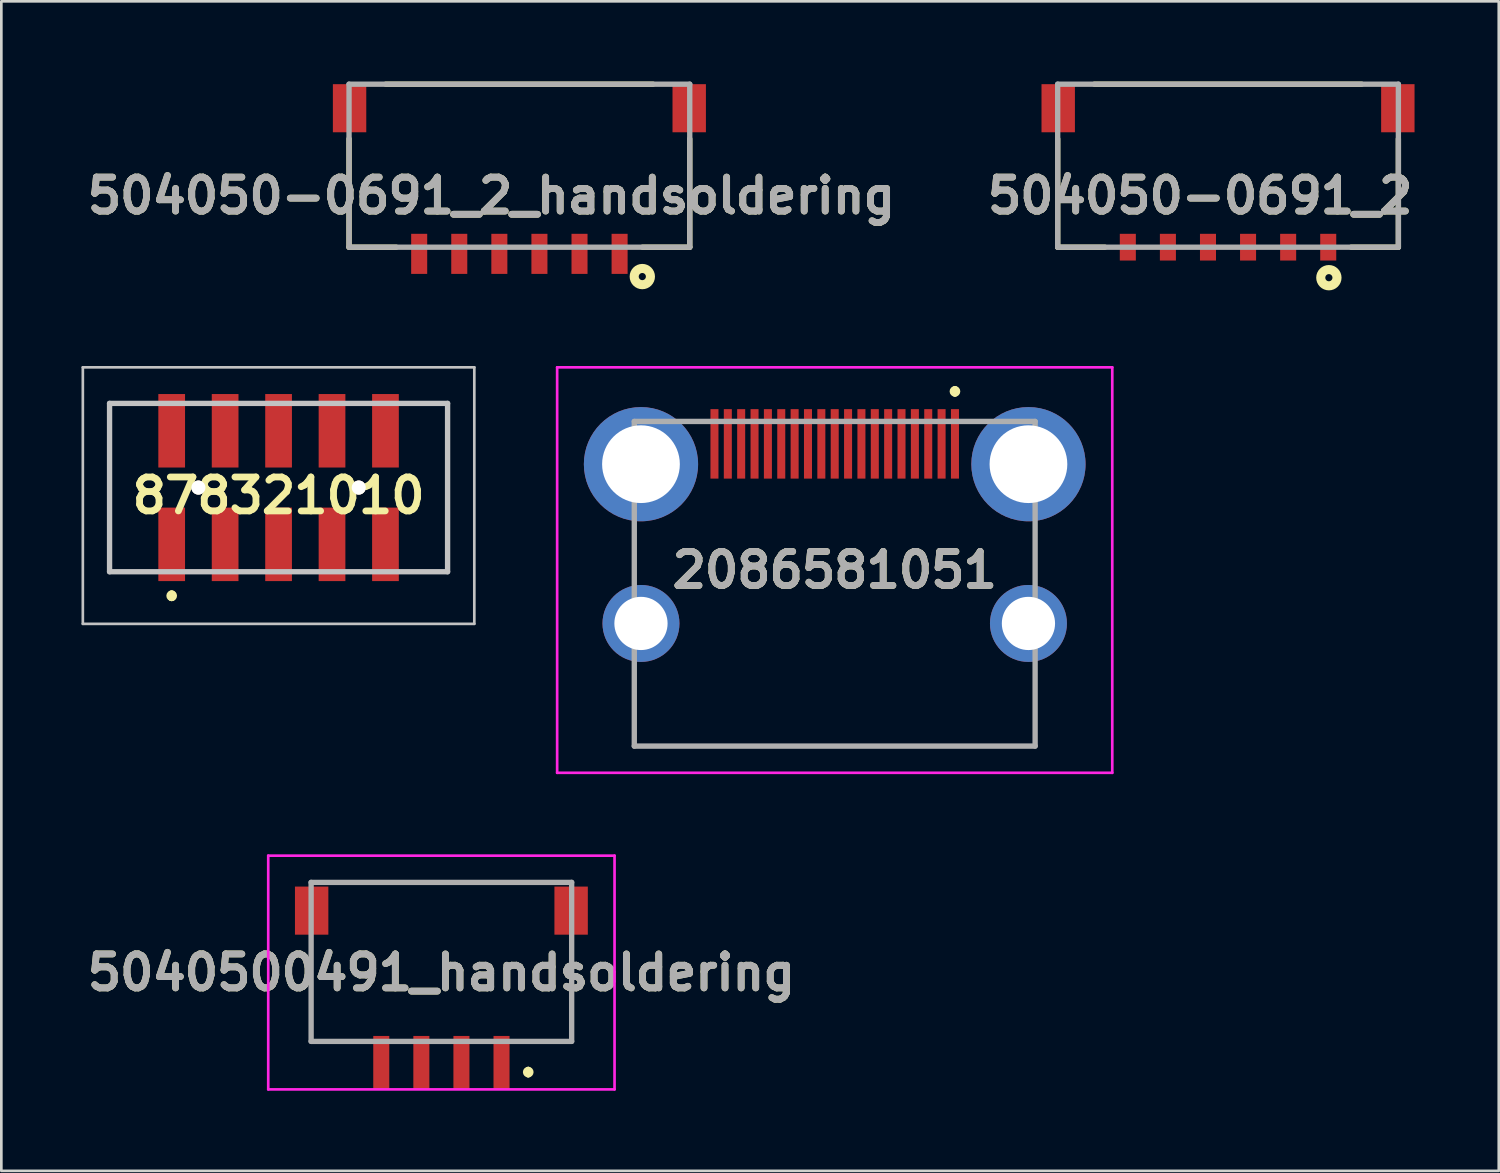
<source format=kicad_pcb>
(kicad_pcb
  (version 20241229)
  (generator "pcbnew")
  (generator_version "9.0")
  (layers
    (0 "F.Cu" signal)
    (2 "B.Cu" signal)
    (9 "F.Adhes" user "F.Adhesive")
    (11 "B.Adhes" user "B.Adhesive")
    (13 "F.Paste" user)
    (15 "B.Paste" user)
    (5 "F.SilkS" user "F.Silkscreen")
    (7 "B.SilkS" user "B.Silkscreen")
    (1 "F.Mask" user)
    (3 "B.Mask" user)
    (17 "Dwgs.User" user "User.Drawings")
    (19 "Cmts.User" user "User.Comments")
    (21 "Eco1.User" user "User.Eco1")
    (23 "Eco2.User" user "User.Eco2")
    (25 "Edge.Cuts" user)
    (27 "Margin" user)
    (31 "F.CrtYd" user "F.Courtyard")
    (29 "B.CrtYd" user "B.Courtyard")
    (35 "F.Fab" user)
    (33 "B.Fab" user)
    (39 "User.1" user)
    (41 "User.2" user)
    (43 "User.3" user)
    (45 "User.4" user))
  (footprint "2086581051"
    (layer "F.Cu")
    (at 28.187 18.796)
    (property "Reference" "2086581051" (at 0 -0.512 0) (layer "F.SilkS") (effects (font (size 1.27 1.27) (thickness 0.254))))
    (attr through_hole)
    (fp_line (start -7.5 3.5) (end -7.5 6.075) (stroke (width 0.1) (type solid)) (layer "F.SilkS"))
    (fp_line (start -7.5 6.075) (end 7.5 6.075) (stroke (width 0.1) (type solid)) (layer "F.SilkS"))
    (fp_line (start 4.5 -7.3) (end 4.5 -7.3) (stroke (width 0.2) (type solid)) (layer "F.SilkS"))
    (fp_line (start 4.5 -7.1) (end 4.5 -7.1) (stroke (width 0.2) (type solid)) (layer "F.SilkS"))
    (fp_line (start 7.5 6.075) (end 7.5 3.5) (stroke (width 0.1) (type solid)) (layer "F.SilkS"))
    (fp_arc (start 4.5 -7.3) (mid 4.6 -7.2) (end 4.5 -7.1) (stroke (width 0.2) (type solid)) (layer "F.SilkS"))
    (fp_arc (start 4.5 -7.1) (mid 4.4 -7.2) (end 4.5 -7.3) (stroke (width 0.2) (type solid)) (layer "F.SilkS"))
    (fp_line (start -10.387 -8.1) (end 10.387 -8.1) (stroke (width 0.1) (type solid)) (layer "F.CrtYd"))
    (fp_line (start -10.387 7.075) (end -10.387 -8.1) (stroke (width 0.1) (type solid)) (layer "F.CrtYd"))
    (fp_line (start 10.387 -8.1) (end 10.387 7.075) (stroke (width 0.1) (type solid)) (layer "F.CrtYd"))
    (fp_line (start 10.387 7.075) (end -10.387 7.075) (stroke (width 0.1) (type solid)) (layer "F.CrtYd"))
    (fp_line (start -7.5 -6.075) (end 7.5 -6.075) (stroke (width 0.2) (type solid)) (layer "F.Fab"))
    (fp_line (start -7.5 6.075) (end -7.5 -6.075) (stroke (width 0.2) (type solid)) (layer "F.Fab"))
    (fp_line (start 7.5 -6.075) (end 7.5 6.075) (stroke (width 0.2) (type solid)) (layer "F.Fab"))
    (fp_line (start 7.5 6.075) (end -7.5 6.075) (stroke (width 0.2) (type solid)) (layer "F.Fab"))
    (fp_text user "${REFERENCE}" (at 0 -0.512 0) (layer "F.Fab") (effects (font (size 1.27 1.27) (thickness 0.254))))
    (pad "1" smd rect (at 4.5 -5.235) (size 0.3 2.6) (layers "F.Cu" "F.Mask" "F.Paste"))
    (pad "2" smd rect (at 4 -5.235) (size 0.3 2.6) (layers "F.Cu" "F.Mask" "F.Paste"))
    (pad "3" smd rect (at 3.5 -5.235) (size 0.3 2.6) (layers "F.Cu" "F.Mask" "F.Paste"))
    (pad "4" smd rect (at 3 -5.235) (size 0.3 2.6) (layers "F.Cu" "F.Mask" "F.Paste"))
    (pad "5" smd rect (at 2.5 -5.235) (size 0.3 2.6) (layers "F.Cu" "F.Mask" "F.Paste"))
    (pad "6" smd rect (at 2 -5.235) (size 0.3 2.6) (layers "F.Cu" "F.Mask" "F.Paste"))
    (pad "7" smd rect (at 1.5 -5.235) (size 0.3 2.6) (layers "F.Cu" "F.Mask" "F.Paste"))
    (pad "8" smd rect (at 1 -5.235) (size 0.3 2.6) (layers "F.Cu" "F.Mask" "F.Paste"))
    (pad "9" smd rect (at 0.5 -5.235) (size 0.3 2.6) (layers "F.Cu" "F.Mask" "F.Paste"))
    (pad "10" smd rect (at 0 -5.235) (size 0.3 2.6) (layers "F.Cu" "F.Mask" "F.Paste"))
    (pad "11" smd rect (at -0.5 -5.235) (size 0.3 2.6) (layers "F.Cu" "F.Mask" "F.Paste"))
    (pad "12" smd rect (at -1 -5.235) (size 0.3 2.6) (layers "F.Cu" "F.Mask" "F.Paste"))
    (pad "13" smd rect (at -1.5 -5.235) (size 0.3 2.6) (layers "F.Cu" "F.Mask" "F.Paste"))
    (pad "14" smd rect (at -2 -5.235) (size 0.3 2.6) (layers "F.Cu" "F.Mask" "F.Paste"))
    (pad "15" smd rect (at -2.5 -5.235) (size 0.3 2.6) (layers "F.Cu" "F.Mask" "F.Paste"))
    (pad "16" smd rect (at -3 -5.235) (size 0.3 2.6) (layers "F.Cu" "F.Mask" "F.Paste"))
    (pad "17" smd rect (at -3.5 -5.235) (size 0.3 2.6) (layers "F.Cu" "F.Mask" "F.Paste"))
    (pad "18" smd rect (at -4 -5.235) (size 0.3 2.6) (layers "F.Cu" "F.Mask" "F.Paste"))
    (pad "19" smd rect (at -4.5 -5.235) (size 0.3 2.6) (layers "F.Cu" "F.Mask" "F.Paste"))
    (pad "MH1" thru_hole circle (at -7.25 -4.475) (size 4.275 4.275) (drill 2.909) (layers "*.Cu" "*.Mask"))
    (pad "MH2" thru_hole circle (at 7.25 -4.475) (size 4.275 4.275) (drill 2.909) (layers "*.Cu" "*.Mask"))
    (pad "MH3" thru_hole circle (at -7.25 1.485) (size 2.88 2.88) (drill 1.992) (layers "*.Cu" "*.Mask"))
    (pad "MH4" thru_hole circle (at 7.25 1.485) (size 2.88 2.88) (drill 1.992) (layers "*.Cu" "*.Mask")))
  (footprint "878321010"
    (layer "F.Cu")
    (at 7.375 15.196)
    (property "Reference" "878321010" (at 0 0.3 0) (layer "F.SilkS") (effects (font (size 1.27 1.27) (thickness 0.254))))
    (attr through_hole)
    (fp_line (start -6.325 -3.15) (end -6.325 3.15) (stroke (width 0.1) (type solid)) (layer "F.SilkS"))
    (fp_line (start -6.325 3.15) (end -5 3.15) (stroke (width 0.1) (type solid)) (layer "F.SilkS"))
    (fp_line (start -5 -3.15) (end -6.325 -3.15) (stroke (width 0.1) (type solid)) (layer "F.SilkS"))
    (fp_line (start -4 4) (end -4 4) (stroke (width 0.3) (type solid)) (layer "F.SilkS"))
    (fp_line (start -4 4.1) (end -4 4.1) (stroke (width 0.3) (type solid)) (layer "F.SilkS"))
    (fp_line (start 5 -3.15) (end 6.325 -3.15) (stroke (width 0.1) (type solid)) (layer "F.SilkS"))
    (fp_line (start 6.325 -3.15) (end 6.325 3.15) (stroke (width 0.1) (type solid)) (layer "F.SilkS"))
    (fp_line (start 6.325 3.15) (end 5 3.15) (stroke (width 0.1) (type solid)) (layer "F.SilkS"))
    (fp_arc (start -4 4) (mid -3.95 4.05) (end -4 4.1) (stroke (width 0.3) (type solid)) (layer "F.SilkS"))
    (fp_arc (start -4 4.1) (mid -4.05 4.05) (end -4 4) (stroke (width 0.3) (type solid)) (layer "F.SilkS"))
    (fp_line (start -7.325 -4.5) (end 7.325 -4.5) (stroke (width 0.1) (type solid)) (layer "Dwgs.User"))
    (fp_line (start -7.325 5.1) (end -7.325 -4.5) (stroke (width 0.1) (type solid)) (layer "Dwgs.User"))
    (fp_line (start -6.325 -3.15) (end 6.325 -3.15) (stroke (width 0.2) (type solid)) (layer "Dwgs.User"))
    (fp_line (start -6.325 3.15) (end -6.325 -3.15) (stroke (width 0.2) (type solid)) (layer "Dwgs.User"))
    (fp_line (start 6.325 -3.15) (end 6.325 3.15) (stroke (width 0.2) (type solid)) (layer "Dwgs.User"))
    (fp_line (start 6.325 3.15) (end -6.325 3.15) (stroke (width 0.2) (type solid)) (layer "Dwgs.User"))
    (fp_line (start 7.325 -4.5) (end 7.325 5.1) (stroke (width 0.1) (type solid)) (layer "Dwgs.User"))
    (fp_line (start 7.325 5.1) (end -7.325 5.1) (stroke (width 0.1) (type solid)) (layer "Dwgs.User"))
    (pad "1" smd rect (at -4 2.125) (size 1 2.75) (layers "F.Cu" "F.Mask" "F.Paste"))
    (pad "2" smd rect (at -4 -2.125) (size 1 2.75) (layers "F.Cu" "F.Mask" "F.Paste"))
    (pad "3" smd rect (at -2 2.125) (size 1 2.75) (layers "F.Cu" "F.Mask" "F.Paste"))
    (pad "4" smd rect (at -2 -2.125) (size 1 2.75) (layers "F.Cu" "F.Mask" "F.Paste"))
    (pad "5" smd rect (at 0 2.125) (size 1 2.75) (layers "F.Cu" "F.Mask" "F.Paste"))
    (pad "6" smd rect (at 0 -2.125) (size 1 2.75) (layers "F.Cu" "F.Mask" "F.Paste"))
    (pad "7" smd rect (at 2 2.125) (size 1 2.75) (layers "F.Cu" "F.Mask" "F.Paste"))
    (pad "8" smd rect (at 2 -2.125) (size 1 2.75) (layers "F.Cu" "F.Mask" "F.Paste"))
    (pad "9" smd rect (at 4 2.125) (size 1 2.75) (layers "F.Cu" "F.Mask" "F.Paste"))
    (pad "10" smd rect (at 4 -2.125) (size 1 2.75) (layers "F.Cu" "F.Mask" "F.Paste"))
    (pad "MH1" thru_hole circle (at -3 0 90) (size 0.525 0.525) (drill 1.05) (layers "*.Cu" "*.Mask" "F.SilkS"))
    (pad "MH2" thru_hole circle (at 3 0 90) (size 0.525 0.525) (drill 1.05) (layers "*.Cu" "*.Mask" "F.SilkS")))
  (footprint "504050-0691_2_handsoldering"
    (layer "F.Cu")
    (at 16.387 6.2)
    (property "Reference" "504050-0691_2_handsoldering" (at -1.044 -1.926 0) (layer "F.SilkS") (effects (font (size 1.27 1.27) (thickness 0.254))))
    (attr smd)
    (fp_line (start -6.375 0) (end -6.375 -4.054) (stroke (width 0.2) (type solid)) (layer "F.SilkS"))
    (fp_line (start -6.375 0) (end -4.609 0) (stroke (width 0.2) (type solid)) (layer "F.SilkS"))
    (fp_line (start -5 -6.1) (end 5 -6.1) (stroke (width 0.2) (type solid)) (layer "F.SilkS"))
    (fp_line (start 6.375 0) (end 4.609 0) (stroke (width 0.2) (type solid)) (layer "F.SilkS"))
    (fp_line (start 6.375 0) (end 6.375 -4.054) (stroke (width 0.2) (type solid)) (layer "F.SilkS"))
    (fp_circle (center 4.6 1.1) (end 4.6 1.234) (stroke (width 0.34) (type solid)) (fill no) (layer "F.SilkS"))
    (fp_line (start -6.375 -6.1) (end 6.375 -6.1) (stroke (width 0.2) (type solid)) (layer "F.Fab"))
    (fp_line (start -6.375 0) (end -6.375 -6.1) (stroke (width 0.2) (type solid)) (layer "F.Fab"))
    (fp_line (start 6.375 -6.1) (end 6.375 0) (stroke (width 0.2) (type solid)) (layer "F.Fab"))
    (fp_line (start 6.375 0) (end -6.375 0) (stroke (width 0.2) (type solid)) (layer "F.Fab"))
    (fp_text user "${REFERENCE}" (at -1.044 -1.926 0) (layer "F.Fab") (effects (font (size 1.27 1.27) (thickness 0.254))))
    (pad "1" smd rect (at 3.75 0.25) (size 0.6 1.5) (layers "F.Cu" "F.Mask" "F.Paste"))
    (pad "2" smd rect (at 2.25 0.25) (size 0.6 1.5) (layers "F.Cu" "F.Mask" "F.Paste"))
    (pad "3" smd rect (at 0.75 0.25) (size 0.6 1.5) (layers "F.Cu" "F.Mask" "F.Paste"))
    (pad "4" smd rect (at -0.75 0.25) (size 0.6 1.5) (layers "F.Cu" "F.Mask" "F.Paste"))
    (pad "5" smd rect (at -2.25 0.25) (size 0.6 1.5) (layers "F.Cu" "F.Mask" "F.Paste"))
    (pad "6" smd rect (at -3.75 0.25) (size 0.6 1.5) (layers "F.Cu" "F.Mask" "F.Paste"))
    (pad "7" smd rect (at -6.355 -5.2) (size 1.25 1.8) (layers "F.Cu" "F.Mask" "F.Paste"))
    (pad "8" smd rect (at 6.355 -5.2) (size 1.25 1.8) (layers "F.Cu" "F.Mask" "F.Paste")))
  (footprint "5040500491_handsoldering"
    (layer "F.Cu")
    (at 13.468 32.971)
    (property "Reference" "5040500491_handsoldering" (at 0 0.374 0) (layer "F.SilkS") (effects (font (size 1.27 1.27) (thickness 0.254))))
    (attr smd)
    (fp_line (start -4.875 -0.647) (end -4.855 2.95) (stroke (width 0.1) (type solid)) (layer "F.SilkS"))
    (fp_line (start -4.855 2.95) (end -3.5 2.95) (stroke (width 0.1) (type solid)) (layer "F.SilkS"))
    (fp_line (start -3.5 -3) (end 3.5 -3) (stroke (width 0.1) (type solid)) (layer "F.SilkS"))
    (fp_line (start 3.25 4) (end 3.25 4) (stroke (width 0.2) (type solid)) (layer "F.SilkS"))
    (fp_line (start 3.25 4.2) (end 3.25 4.2) (stroke (width 0.2) (type solid)) (layer "F.SilkS"))
    (fp_line (start 4.855 2.95) (end 3.5 2.95) (stroke (width 0.1) (type solid)) (layer "F.SilkS"))
    (fp_line (start 4.875 -0.647) (end 4.855 2.95) (stroke (width 0.1) (type solid)) (layer "F.SilkS"))
    (fp_arc (start 3.25 4) (mid 3.35 4.1) (end 3.25 4.2) (stroke (width 0.2) (type solid)) (layer "F.SilkS"))
    (fp_arc (start 3.25 4.2) (mid 3.15 4.1) (end 3.25 4) (stroke (width 0.2) (type solid)) (layer "F.SilkS"))
    (fp_line (start -6.48 -4) (end 6.48 -4) (stroke (width 0.1) (type solid)) (layer "F.CrtYd"))
    (fp_line (start -6.48 4.747) (end -6.48 -4) (stroke (width 0.1) (type solid)) (layer "F.CrtYd"))
    (fp_line (start 6.48 -4) (end 6.48 4.747) (stroke (width 0.1) (type solid)) (layer "F.CrtYd"))
    (fp_line (start 6.48 4.747) (end -6.48 4.747) (stroke (width 0.1) (type solid)) (layer "F.CrtYd"))
    (fp_line (start -4.875 -3) (end 4.875 -3) (stroke (width 0.2) (type solid)) (layer "F.Fab"))
    (fp_line (start -4.875 2.95) (end -4.875 -3) (stroke (width 0.2) (type solid)) (layer "F.Fab"))
    (fp_line (start 4.875 -3) (end 4.875 2.95) (stroke (width 0.2) (type solid)) (layer "F.Fab"))
    (fp_line (start 4.875 2.95) (end -4.875 2.95) (stroke (width 0.2) (type solid)) (layer "F.Fab"))
    (fp_text user "${REFERENCE}" (at 0 0.374 0) (layer "F.Fab") (effects (font (size 1.27 1.27) (thickness 0.254))))
    (pad "1" smd rect (at 2.25 3.747) (size 0.6 2) (layers "F.Cu" "F.Mask" "F.Paste"))
    (pad "2" smd rect (at 0.75 3.747) (size 0.6 2) (layers "F.Cu" "F.Mask" "F.Paste"))
    (pad "3" smd rect (at -0.75 3.747) (size 0.6 2) (layers "F.Cu" "F.Mask" "F.Paste"))
    (pad "4" smd rect (at -2.25 3.747) (size 0.6 2) (layers "F.Cu" "F.Mask" "F.Paste"))
    (pad "MP1" smd rect (at 4.855 -1.943) (size 1.25 1.8) (layers "F.Cu" "F.Mask" "F.Paste"))
    (pad "MP2" smd rect (at -4.855 -1.943) (size 1.25 1.8) (layers "F.Cu" "F.Mask" "F.Paste")))
  (footprint "504050-0691_2"
    (layer "F.Cu")
    (at 42.906 6.2)
    (property "Reference" "504050-0691_2" (at -1.044 -1.926 0) (layer "F.SilkS") (effects (font (size 1.27 1.27) (thickness 0.254))))
    (attr smd)
    (fp_line (start -6.375 0) (end -6.375 -4.054) (stroke (width 0.2) (type solid)) (layer "F.SilkS"))
    (fp_line (start -6.375 0) (end -4.609 0) (stroke (width 0.2) (type solid)) (layer "F.SilkS"))
    (fp_line (start -5 -6.1) (end 5 -6.1) (stroke (width 0.2) (type solid)) (layer "F.SilkS"))
    (fp_line (start 6.375 0) (end 4.609 0) (stroke (width 0.2) (type solid)) (layer "F.SilkS"))
    (fp_line (start 6.375 0) (end 6.375 -4.054) (stroke (width 0.2) (type solid)) (layer "F.SilkS"))
    (fp_circle (center 3.774 1.142) (end 3.774 1.276) (stroke (width 0.34) (type solid)) (fill no) (layer "F.SilkS"))
    (fp_line (start -6.375 -6.1) (end 6.375 -6.1) (stroke (width 0.2) (type solid)) (layer "F.Fab"))
    (fp_line (start -6.375 0) (end -6.375 -6.1) (stroke (width 0.2) (type solid)) (layer "F.Fab"))
    (fp_line (start 6.375 -6.1) (end 6.375 0) (stroke (width 0.2) (type solid)) (layer "F.Fab"))
    (fp_line (start 6.375 0) (end -6.375 0) (stroke (width 0.2) (type solid)) (layer "F.Fab"))
    (fp_text user "${REFERENCE}" (at -1.044 -1.926 0) (layer "F.Fab") (effects (font (size 1.27 1.27) (thickness 0.254))))
    (pad "1" smd rect (at 3.75 0) (size 0.6 1) (layers "F.Cu" "F.Mask" "F.Paste"))
    (pad "2" smd rect (at 2.25 0) (size 0.6 1) (layers "F.Cu" "F.Mask" "F.Paste"))
    (pad "3" smd rect (at 0.75 0) (size 0.6 1) (layers "F.Cu" "F.Mask" "F.Paste"))
    (pad "4" smd rect (at -0.75 0) (size 0.6 1) (layers "F.Cu" "F.Mask" "F.Paste"))
    (pad "5" smd rect (at -2.25 0) (size 0.6 1) (layers "F.Cu" "F.Mask" "F.Paste"))
    (pad "6" smd rect (at -3.75 0) (size 0.6 1) (layers "F.Cu" "F.Mask" "F.Paste"))
    (pad "7" smd rect (at -6.355 -5.2) (size 1.25 1.8) (layers "F.Cu" "F.Mask" "F.Paste"))
    (pad "8" smd rect (at 6.355 -5.2) (size 1.25 1.8) (layers "F.Cu" "F.Mask" "F.Paste")))
  (gr_rect
    (start -3 -3)
    (end 53.038 40.768)
    (stroke (width 0.1) (type default))
    (fill no)
    (layer "Edge.Cuts")))
</source>
